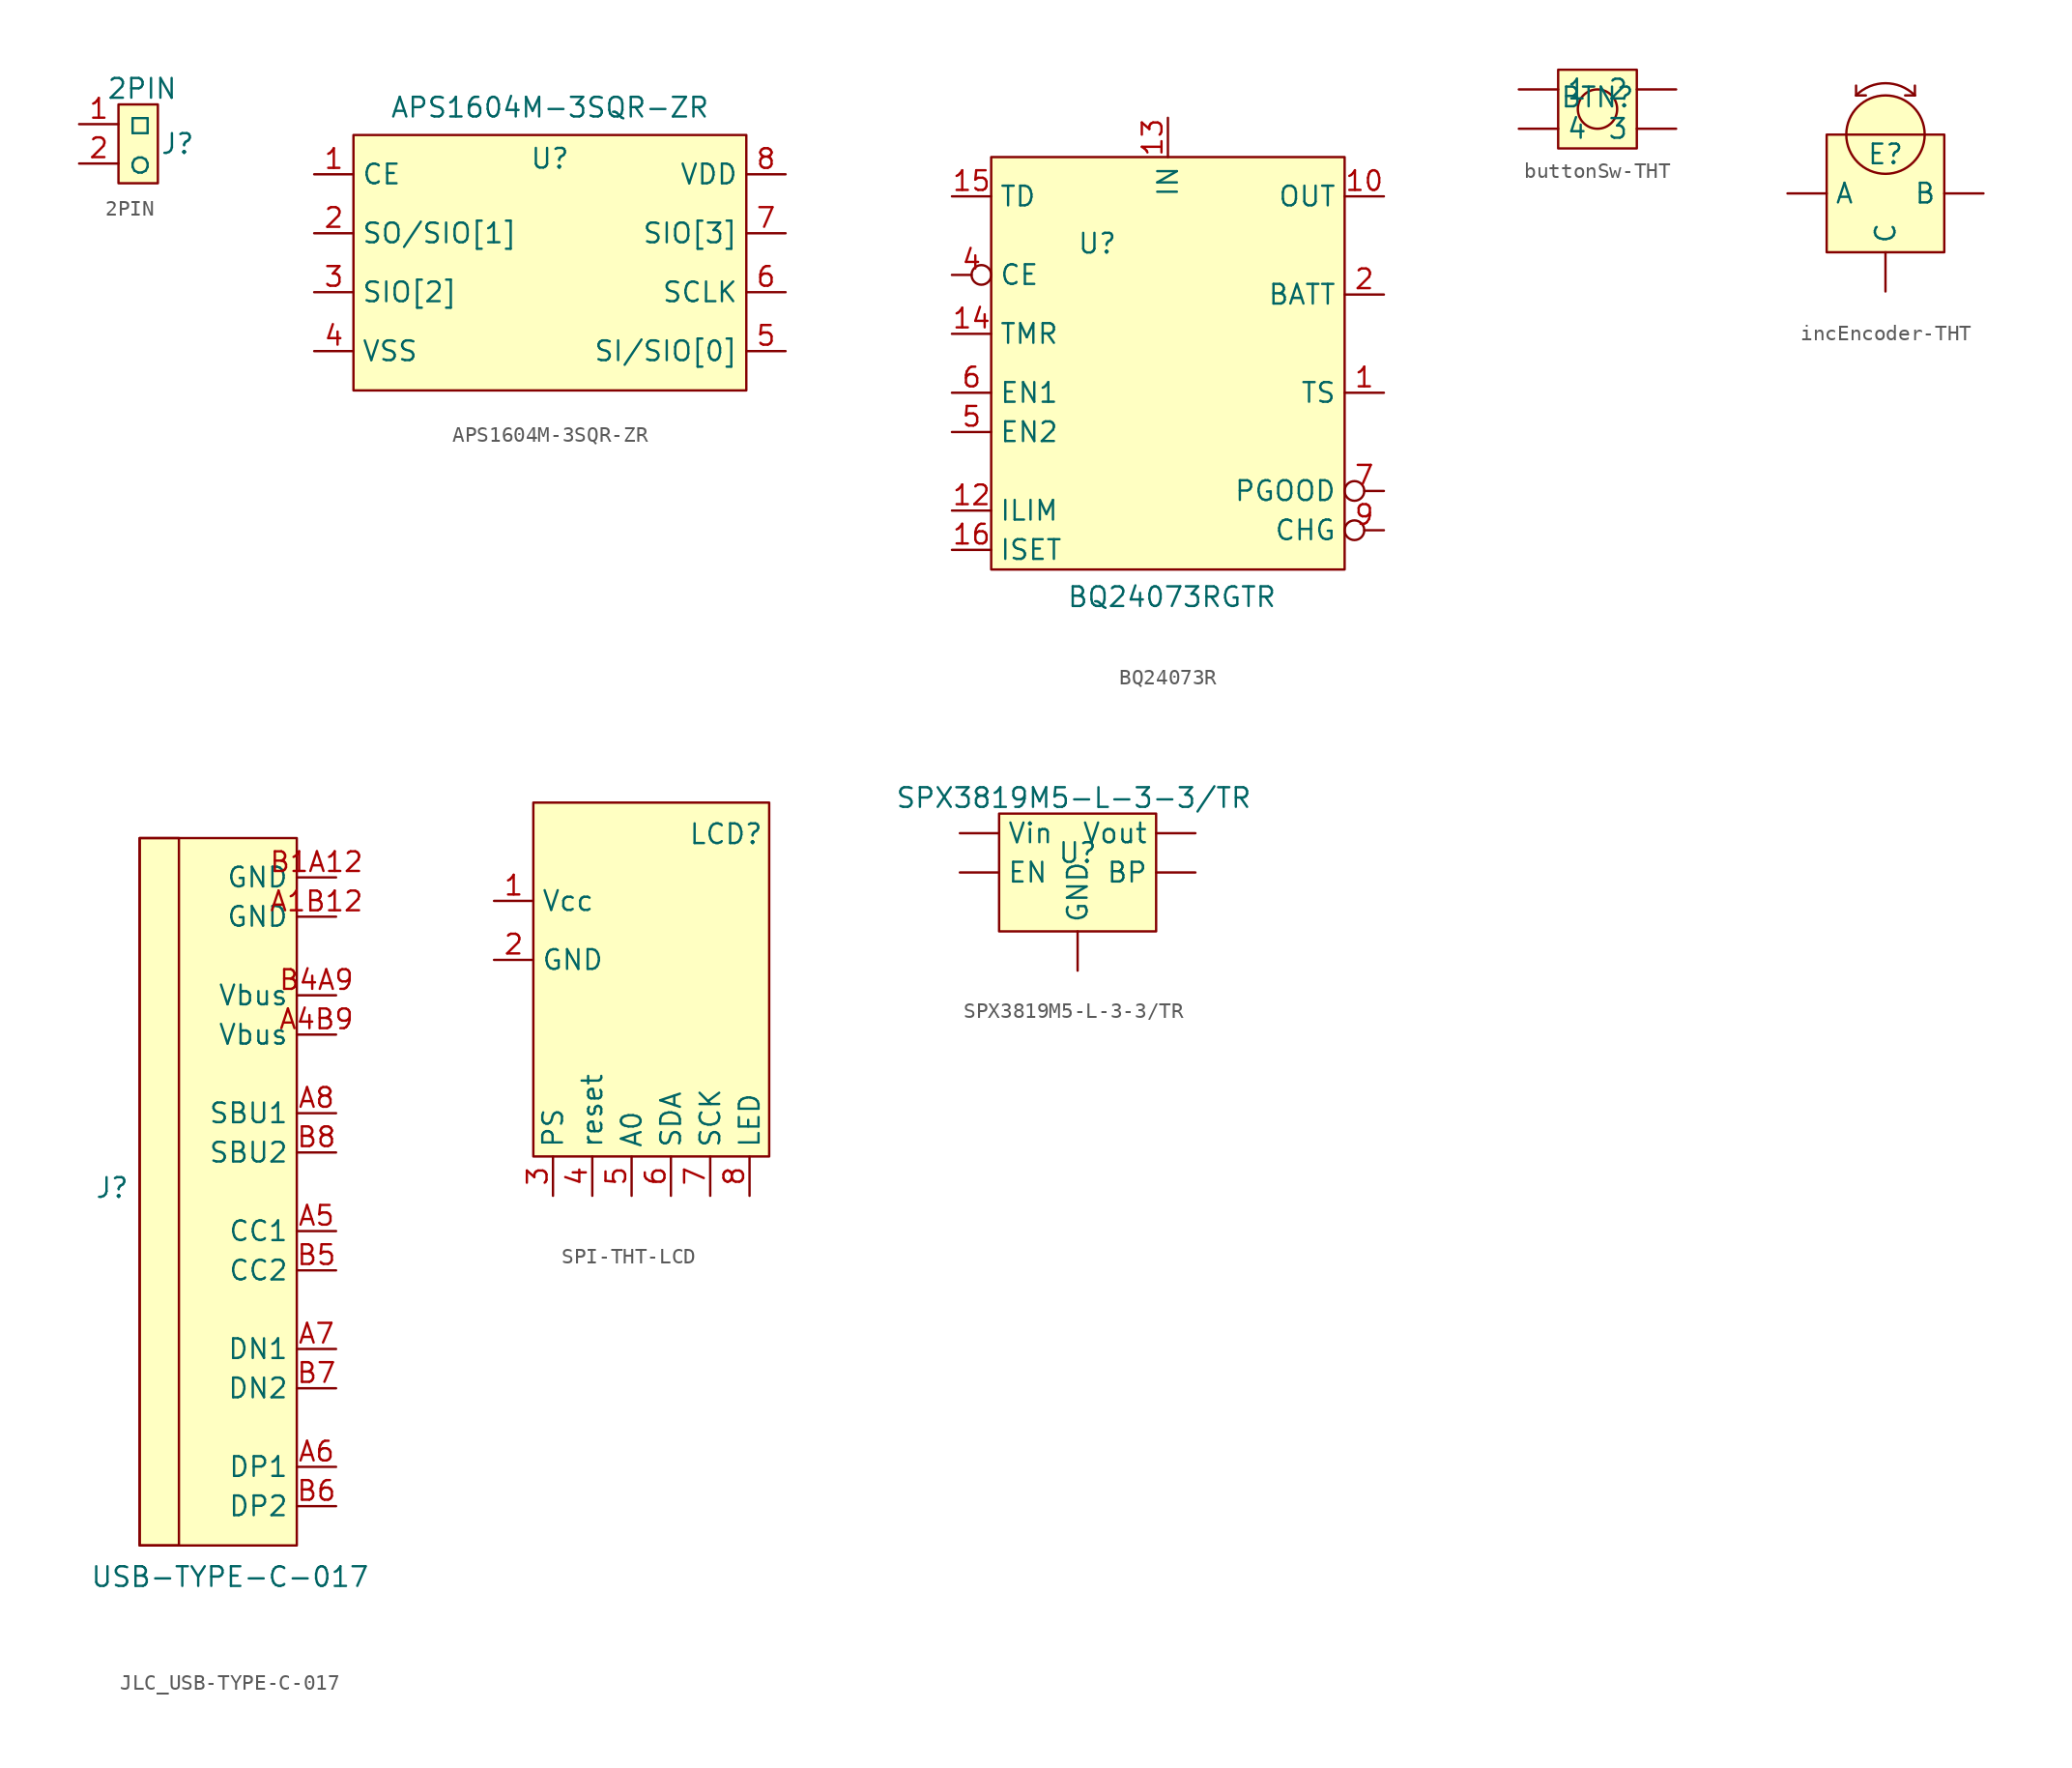
<source format=kicad_sym>
(kicad_symbol_lib
  (version 20231120)
  (generator "kicad_symbol_editor")
  (generator_version "8.0")
  (symbol "2PIN"
    (property "Reference" "J"
      (at 2.54 0 0)
      (effects (font (size 1.27 1.27))))
    (property "Value" "2PIN"
      (at 0.254 3.556 0)
      (effects (font (size 1.27 1.27))))
    (symbol "2PIN_1_1"
      (rectangle (start -1.27 2.54) (end 1.27 -2.54) (stroke (width 0) (type default)) (fill (type background)))
      (pin input line (at -3.81 1.27 0) (length 2.54) (name "□" (effects (font (size 1.27 1.27)))) (number "1" (effects (font (size 1.27 1.27)))))
      (pin input line (at -3.81 -1.27 0) (length 2.54) (name "○" (effects (font (size 1.27 1.27)))) (number "2" (effects (font (size 1.27 1.27)))))))
  (symbol "APS1604M-3SQR-ZR"
    (property "Reference" "U"
      (at 0 6.096 0)
      (effects (font (size 1.27 1.27))))
    (property "Value" "APS1604M-3SQR-ZR"
      (at 0 9.398 0)
      (effects (font (size 1.27 1.27))))
    (symbol "APS1604M-3SQR-ZR_1_1"
      (rectangle (start -12.7 7.62) (end 12.7 -8.89) (stroke (width 0) (type default)) (fill (type background)))
      (pin input line (at -15.24 5.08 0) (length 2.54) (name "CE" (effects (font (size 1.27 1.27)))) (number "1" (effects (font (size 1.27 1.27)))))
      (pin input line (at -15.24 1.27 0) (length 2.54) (name "SO/SIO[1]" (effects (font (size 1.27 1.27)))) (number "2" (effects (font (size 1.27 1.27)))))
      (pin input line (at -15.24 -2.54 0) (length 2.54) (name "SIO[2]" (effects (font (size 1.27 1.27)))) (number "3" (effects (font (size 1.27 1.27)))))
      (pin input line (at -15.24 -6.35 0) (length 2.54) (name "VSS" (effects (font (size 1.27 1.27)))) (number "4" (effects (font (size 1.27 1.27)))))
      (pin input line (at 15.24 -6.35 180) (length 2.54) (name "SI/SIO[0]" (effects (font (size 1.27 1.27)))) (number "5" (effects (font (size 1.27 1.27)))))
      (pin input line (at 15.24 -2.54 180) (length 2.54) (name "SCLK" (effects (font (size 1.27 1.27)))) (number "6" (effects (font (size 1.27 1.27)))))
      (pin input line (at 15.24 1.27 180) (length 2.54) (name "SIO[3]" (effects (font (size 1.27 1.27)))) (number "7" (effects (font (size 1.27 1.27)))))
      (pin input line (at 15.24 5.08 180) (length 2.54) (name "VDD" (effects (font (size 1.27 1.27)))) (number "8" (effects (font (size 1.27 1.27)))))))
  (symbol "BQ24073R"
    (property "Reference" "U"
      (at -4.572 7.112 0)
      (effects (font (size 1.27 1.27))))
    (property "Value" "BQ24073RGTR"
      (at 0.254 -15.748 0)
      (effects (font (size 1.27 1.27))))
    (symbol "BQ24073R_1_1"
      (rectangle (start -11.43 12.7) (end 11.43 -13.97) (stroke (width 0) (type default)) (fill (type background)))
      (pin input line (at 13.97 -2.54 180) (length 2.54) (name "TS" (effects (font (size 1.27 1.27)))) (number "1" (effects (font (size 1.27 1.27)))))
      (pin input line (at 13.97 10.16 180) (length 2.54) (name "OUT" (effects (font (size 1.27 1.27)))) (number "10" (effects (font (size 1.27 1.27)))))
      (pin input line (at -13.97 -10.16 0) (length 2.54) (name "ILIM" (effects (font (size 1.27 1.27)))) (number "12" (effects (font (size 1.27 1.27)))))
      (pin input line (at 0 15.24 270) (length 2.54) (name "IN" (effects (font (size 1.27 1.27)))) (number "13" (effects (font (size 1.27 1.27)))))
      (pin input line (at -13.97 1.27 0) (length 2.54) (name "TMR" (effects (font (size 1.27 1.27)))) (number "14" (effects (font (size 1.27 1.27)))))
      (pin input line (at -13.97 10.16 0) (length 2.54) (name "TD" (effects (font (size 1.27 1.27)))) (number "15" (effects (font (size 1.27 1.27)))))
      (pin input line (at -13.97 -12.7 0) (length 2.54) (name "ISET" (effects (font (size 1.27 1.27)))) (number "16" (effects (font (size 1.27 1.27)))))
      (pin input line (at 13.97 3.81 180) (length 2.54) (name "BATT" (effects (font (size 1.27 1.27)))) (number "2" (effects (font (size 1.27 1.27)))))
      (pin input inverted (at -13.97 5.08 0) (length 2.54) (name "CE" (effects (font (size 1.27 1.27)))) (number "4" (effects (font (size 1.27 1.27)))))
      (pin input line (at -13.97 -5.08 0) (length 2.54) (name "EN2" (effects (font (size 1.27 1.27)))) (number "5" (effects (font (size 1.27 1.27)))))
      (pin input line (at -13.97 -2.54 0) (length 2.54) (name "EN1" (effects (font (size 1.27 1.27)))) (number "6" (effects (font (size 1.27 1.27)))))
      (pin input inverted (at 13.97 -8.89 180) (length 2.54) (name "PGOOD" (effects (font (size 1.27 1.27)))) (number "7" (effects (font (size 1.27 1.27)))))
      (pin input inverted (at 13.97 -11.43 180) (length 2.54) (name "CHG" (effects (font (size 1.27 1.27)))) (number "9" (effects (font (size 1.27 1.27)))))))
  (symbol "buttonSw-THT"
    (property "Reference" "BTN"
      (at 0 0.762 0)
      (effects (font (size 1.27 1.27))))
    (property "Value" ""
      (at 0 0 0)
      (effects (font (size 1.27 1.27))))
    (symbol "buttonSw-THT_0_1"
      (circle (center 0 0) (radius 1.27) (stroke (width 0) (type default)) (fill (type none))))
    (symbol "buttonSw-THT_1_1"
      (rectangle (start -2.54 2.54) (end 2.54 -2.54) (stroke (width 0) (type default)) (fill (type background)))
      (pin input line (at -5.08 1.27 0) (length 2.54) (name "1" (effects (font (size 1.27 1.27)))) (number "" (effects (font (size 1.27 1.27)))))
      (pin input line (at 5.08 1.27 180) (length 2.54) (name "2" (effects (font (size 1.27 1.27)))) (number "" (effects (font (size 1.27 1.27)))))
      (pin input line (at 5.08 -1.27 180) (length 2.54) (name "3" (effects (font (size 1.27 1.27)))) (number "" (effects (font (size 1.27 1.27)))))
      (pin input line (at -5.08 -1.27 0) (length 2.54) (name "4" (effects (font (size 1.27 1.27)))) (number "" (effects (font (size 1.27 1.27)))))))
  (symbol "incEncoder-THT"
    (property "Reference" "E"
      (at 0 2.54 0)
      (effects (font (size 1.27 1.27))))
    (property "Value" ""
      (at 0 0 0)
      (effects (font (size 1.27 1.27))))
    (symbol "incEncoder-THT_1_1"
      (rectangle (start -3.81 3.81) (end 3.81 -3.81) (stroke (width 0) (type default)) (fill (type background)))
      (polyline (pts (xy -1.905 6.35) (xy -1.905 6.985)) (stroke (width 0) (type default)) (fill (type none)))
      (polyline (pts (xy -1.905 6.35) (xy -1.27 6.35)) (stroke (width 0) (type default)) (fill (type none)))
      (polyline (pts (xy 1.905 6.35) (xy 1.27 6.35)) (stroke (width 0) (type default)) (fill (type none)))
      (polyline (pts (xy 1.905 6.35) (xy 1.905 6.985)) (stroke (width 0) (type default)) (fill (type none)))
      (circle (center 0 3.81) (radius 2.54) (stroke (width 0) (type default)) (fill (type background)))
      (arc (start 1.905 6.35) (mid 0 7.1391) (end -1.905 6.35) (stroke (width 0) (type default)) (fill (type none)))
      (pin input line (at -6.35 0 0) (length 2.54) (name "A" (effects (font (size 1.27 1.27)))) (number "" (effects (font (size 1.27 1.27)))))
      (pin input line (at 6.35 0 180) (length 2.54) (name "B" (effects (font (size 1.27 1.27)))) (number "" (effects (font (size 1.27 1.27)))))
      (pin input line (at 0 -6.35 90) (length 2.54) (name "C" (effects (font (size 1.27 1.27)))) (number "" (effects (font (size 1.27 1.27)))))))
  (symbol "JLC_USB-TYPE-C-017"
    (property "Reference" "J"
      (at -6.858 0.254 0)
      (effects (font (size 1.27 1.27))))
    (property "Value" "USB-TYPE-C-017"
      (at 0.762 -24.892 0)
      (effects (font (size 1.27 1.27))))
    (symbol "JLC_USB-TYPE-C-017_0_1"
      (rectangle (start -5.08 22.86) (end -2.54 -22.86) (stroke (width 0) (type default)) (fill (type none))))
    (symbol "JLC_USB-TYPE-C-017_1_1"
      (rectangle (start -5.08 22.86) (end 5.08 -22.86) (stroke (width 0) (type default)) (fill (type background)))
      (pin input line (at 7.62 17.78 180) (length 2.54) (name "GND" (effects (font (size 1.27 1.27)))) (number "A1B12" (effects (font (size 1.27 1.27)))))
      (pin input line (at 7.62 10.16 180) (length 2.54) (name "Vbus" (effects (font (size 1.27 1.27)))) (number "A4B9" (effects (font (size 1.27 1.27)))))
      (pin input line (at 7.62 -2.54 180) (length 2.54) (name "CC1" (effects (font (size 1.27 1.27)))) (number "A5" (effects (font (size 1.27 1.27)))))
      (pin input line (at 7.62 -17.78 180) (length 2.54) (name "DP1" (effects (font (size 1.27 1.27)))) (number "A6" (effects (font (size 1.27 1.27)))))
      (pin input line (at 7.62 -10.16 180) (length 2.54) (name "DN1" (effects (font (size 1.27 1.27)))) (number "A7" (effects (font (size 1.27 1.27)))))
      (pin input line (at 7.62 5.08 180) (length 2.54) (name "SBU1" (effects (font (size 1.27 1.27)))) (number "A8" (effects (font (size 1.27 1.27)))))
      (pin input line (at 7.62 20.32 180) (length 2.54) (name "GND" (effects (font (size 1.27 1.27)))) (number "B1A12" (effects (font (size 1.27 1.27)))))
      (pin input line (at 7.62 12.7 180) (length 2.54) (name "Vbus" (effects (font (size 1.27 1.27)))) (number "B4A9" (effects (font (size 1.27 1.27)))))
      (pin input line (at 7.62 -5.08 180) (length 2.54) (name "CC2" (effects (font (size 1.27 1.27)))) (number "B5" (effects (font (size 1.27 1.27)))))
      (pin input line (at 7.62 -20.32 180) (length 2.54) (name "DP2" (effects (font (size 1.27 1.27)))) (number "B6" (effects (font (size 1.27 1.27)))))
      (pin input line (at 7.62 -12.7 180) (length 2.54) (name "DN2" (effects (font (size 1.27 1.27)))) (number "B7" (effects (font (size 1.27 1.27)))))
      (pin input line (at 7.62 2.54 180) (length 2.54) (name "SBU2" (effects (font (size 1.27 1.27)))) (number "B8" (effects (font (size 1.27 1.27)))))))
  (symbol "SPI-THT-LCD"
    (property "Reference" "LCD"
      (at 4.826 9.398 0)
      (effects (font (size 1.27 1.27))))
    (property "Value" ""
      (at 1.27 -7.62 0)
      (effects (font (size 1.27 1.27))))
    (symbol "SPI-THT-LCD_1_1"
      (rectangle (start -7.62 11.43) (end 7.62 -11.43) (stroke (width 0) (type default)) (fill (type background)))
      (pin input line (at -10.16 5.08 0) (length 2.54) (name "Vcc" (effects (font (size 1.27 1.27)))) (number "1" (effects (font (size 1.27 1.27)))))
      (pin input line (at -10.16 1.27 0) (length 2.54) (name "GND" (effects (font (size 1.27 1.27)))) (number "2" (effects (font (size 1.27 1.27)))))
      (pin input line (at -6.35 -13.97 90) (length 2.54) (name "PS" (effects (font (size 1.27 1.27)))) (number "3" (effects (font (size 1.27 1.27)))))
      (pin input line (at -3.81 -13.97 90) (length 2.54) (name "reset" (effects (font (size 1.27 1.27)))) (number "4" (effects (font (size 1.27 1.27)))))
      (pin input line (at -1.27 -13.97 90) (length 2.54) (name "A0" (effects (font (size 1.27 1.27)))) (number "5" (effects (font (size 1.27 1.27)))))
      (pin input line (at 1.27 -13.97 90) (length 2.54) (name "SDA" (effects (font (size 1.27 1.27)))) (number "6" (effects (font (size 1.27 1.27)))))
      (pin input line (at 3.81 -13.97 90) (length 2.54) (name "SCK" (effects (font (size 1.27 1.27)))) (number "7" (effects (font (size 1.27 1.27)))))
      (pin input line (at 6.35 -13.97 90) (length 2.54) (name "LED" (effects (font (size 1.27 1.27)))) (number "8" (effects (font (size 1.27 1.27)))))))
  (symbol "SPX3819M5-L-3-3/TR"
    (property "Reference" "U"
      (at 0 1.27 0)
      (effects (font (size 1.27 1.27))))
    (property "Value" "SPX3819M5-L-3-3/TR"
      (at -0.254 4.826 0)
      (effects (font (size 1.27 1.27))))
    (symbol "SPX3819M5-L-3-3/TR_1_1"
      (rectangle (start -5.08 3.81) (end 5.08 -3.81) (stroke (width 0) (type default)) (fill (type background)))
      (pin input line (at 7.62 0 180) (length 2.54) (name "BP" (effects (font (size 1.27 1.27)))) (number "" (effects (font (size 1.27 1.27)))))
      (pin input line (at -7.62 0 0) (length 2.54) (name "EN" (effects (font (size 1.27 1.27)))) (number "" (effects (font (size 1.27 1.27)))))
      (pin input line (at 0 -6.35 90) (length 2.54) (name "GND" (effects (font (size 1.27 1.27)))) (number "" (effects (font (size 1.27 1.27)))))
      (pin input line (at -7.62 2.54 0) (length 2.54) (name "Vin" (effects (font (size 1.27 1.27)))) (number "" (effects (font (size 1.27 1.27)))))
      (pin input line (at 7.62 2.54 180) (length 2.54) (name "Vout" (effects (font (size 1.27 1.27)))) (number "" (effects (font (size 1.27 1.27))))))))
</source>
